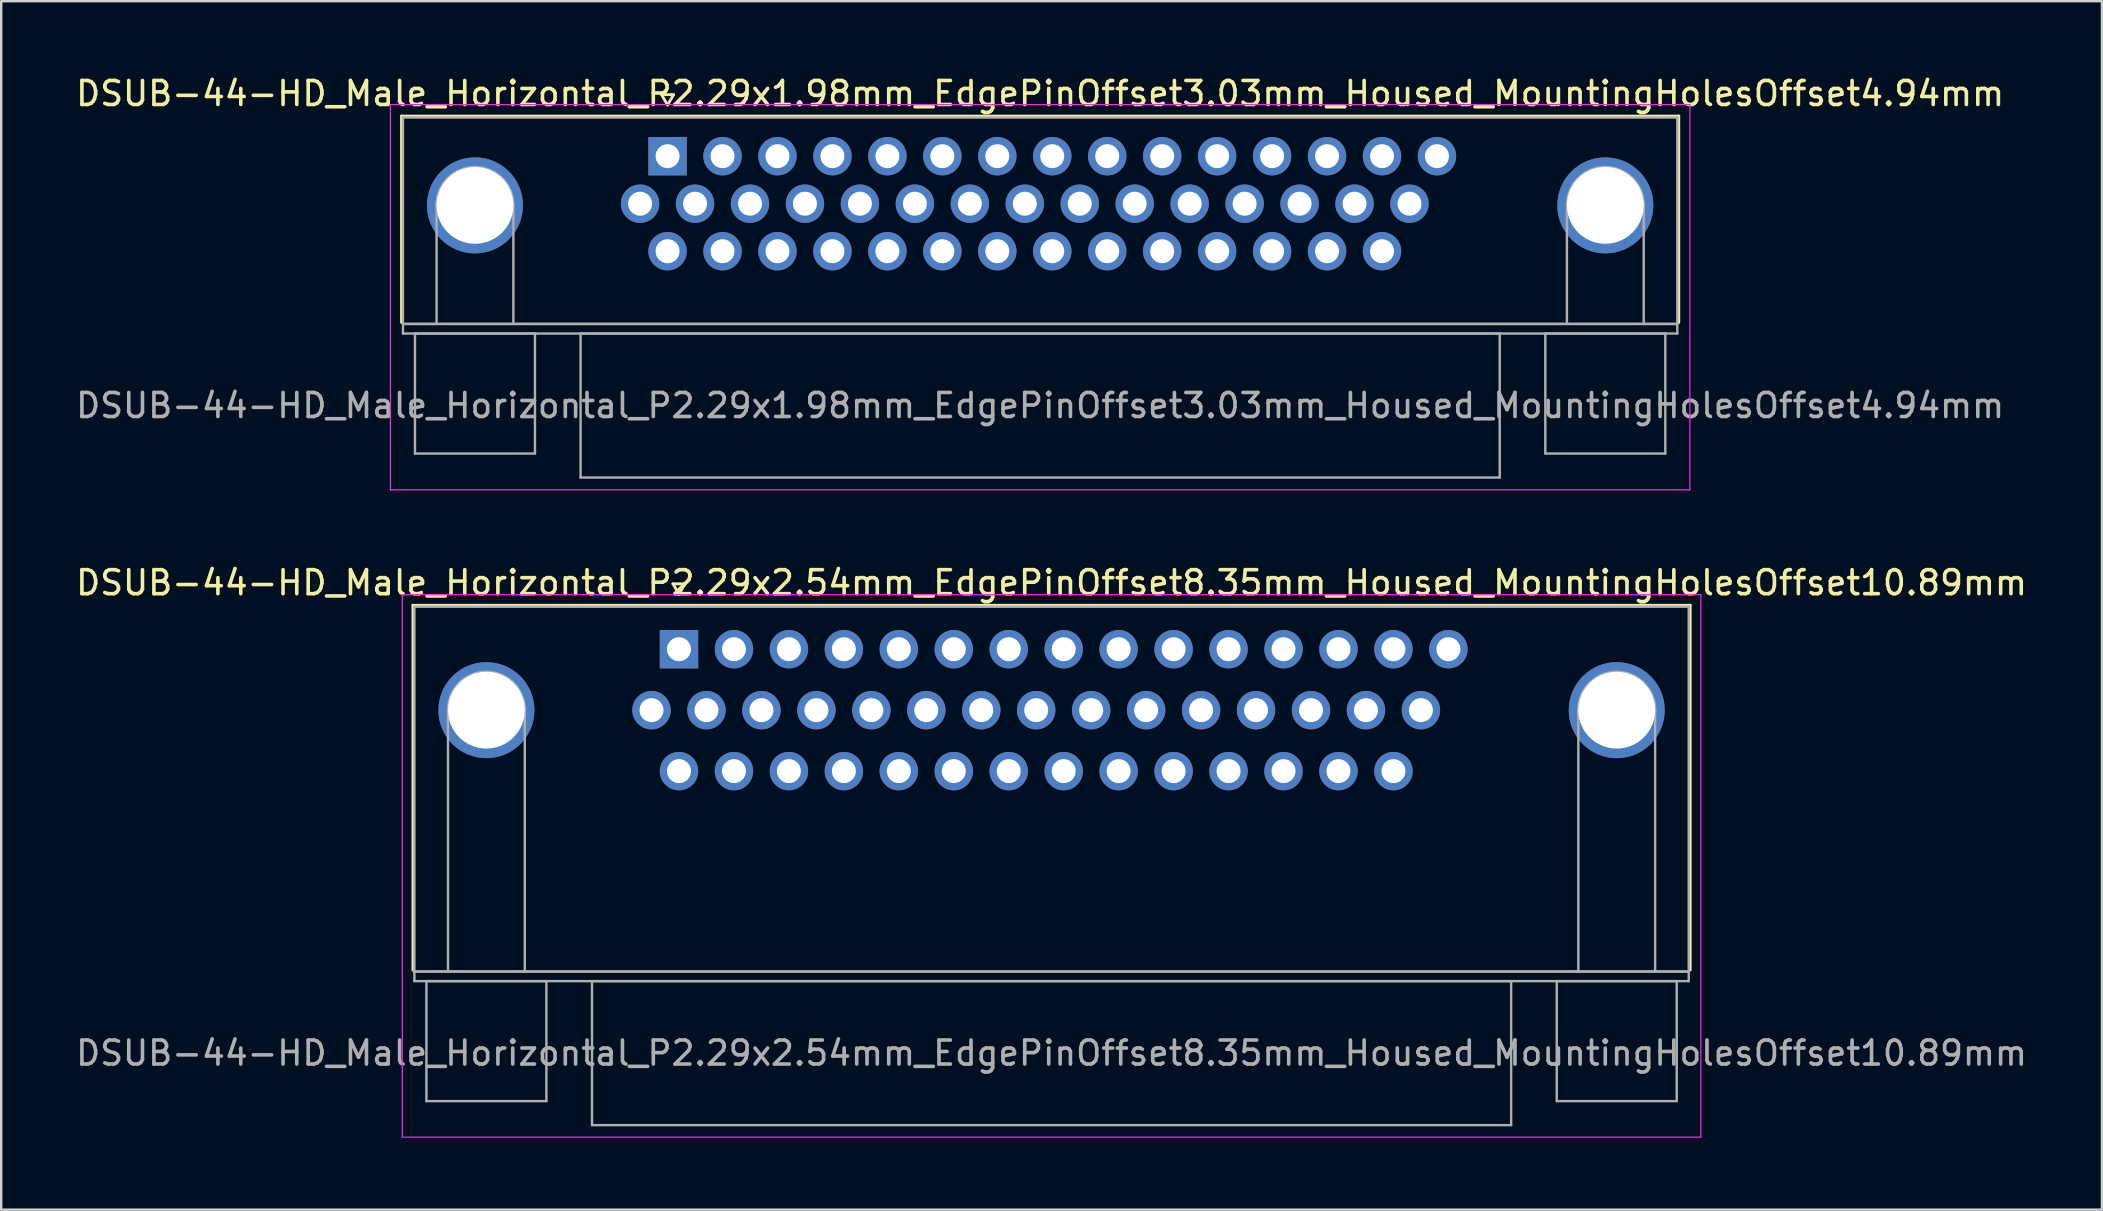
<source format=kicad_pcb>
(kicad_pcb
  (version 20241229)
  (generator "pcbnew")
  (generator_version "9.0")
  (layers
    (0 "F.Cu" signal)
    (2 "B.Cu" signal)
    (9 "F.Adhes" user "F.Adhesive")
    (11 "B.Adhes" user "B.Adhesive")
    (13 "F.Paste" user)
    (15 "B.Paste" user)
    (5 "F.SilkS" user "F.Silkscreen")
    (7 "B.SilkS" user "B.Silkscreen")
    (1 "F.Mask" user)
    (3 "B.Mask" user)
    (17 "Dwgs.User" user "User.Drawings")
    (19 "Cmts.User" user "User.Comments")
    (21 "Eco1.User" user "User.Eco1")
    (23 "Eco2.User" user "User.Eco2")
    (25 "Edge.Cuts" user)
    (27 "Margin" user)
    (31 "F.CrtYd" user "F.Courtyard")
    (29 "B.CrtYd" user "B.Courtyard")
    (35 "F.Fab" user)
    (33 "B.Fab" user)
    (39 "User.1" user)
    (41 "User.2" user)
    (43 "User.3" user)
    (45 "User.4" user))
  (footprint "DSUB-44-HD_Male_Horizontal_P2.29x1.98mm_EdgePinOffset3.03mm_Housed_MountingHolesOffset4.94mm"
    (layer "F.Cu")
    (at 24.767 3.458)
    (property "Reference" "DSUB-44-HD_Male_Horizontal_P2.29x1.98mm_EdgePinOffset3.03mm_Housed_MountingHolesOffset4.94mm" (at 15.525 -2.61 0) (layer "F.SilkS") (effects (font (size 1 1) (thickness 0.15))))
    (attr through_hole)
    (fp_line (start -11.085 -1.67) (end 42.135 -1.67) (stroke (width 0.12) (type solid)) (layer "F.SilkS"))
    (fp_line (start -11.085 6.93) (end -11.085 -1.67) (stroke (width 0.12) (type solid)) (layer "F.SilkS"))
    (fp_line (start -0.25 -2.564) (end 0.25 -2.564) (stroke (width 0.12) (type solid)) (layer "F.SilkS"))
    (fp_line (start 0 -2.131) (end -0.25 -2.564) (stroke (width 0.12) (type solid)) (layer "F.SilkS"))
    (fp_line (start 0.25 -2.564) (end 0 -2.131) (stroke (width 0.12) (type solid)) (layer "F.SilkS"))
    (fp_line (start 42.135 -1.67) (end 42.135 6.93) (stroke (width 0.12) (type solid)) (layer "F.SilkS"))
    (fp_line (start -11.55 -2.15) (end -11.55 13.9) (stroke (width 0.05) (type solid)) (layer "F.CrtYd"))
    (fp_line (start -11.55 13.9) (end 42.6 13.9) (stroke (width 0.05) (type solid)) (layer "F.CrtYd"))
    (fp_line (start 42.6 -2.15) (end -11.55 -2.15) (stroke (width 0.05) (type solid)) (layer "F.CrtYd"))
    (fp_line (start 42.6 13.9) (end 42.6 -2.15) (stroke (width 0.05) (type solid)) (layer "F.CrtYd"))
    (fp_line (start -11.025 -1.61) (end -11.025 6.99) (stroke (width 0.1) (type solid)) (layer "F.Fab"))
    (fp_line (start -11.025 6.99) (end -11.025 7.39) (stroke (width 0.1) (type solid)) (layer "F.Fab"))
    (fp_line (start -11.025 6.99) (end 42.075 6.99) (stroke (width 0.1) (type solid)) (layer "F.Fab"))
    (fp_line (start -11.025 7.39) (end 42.075 7.39) (stroke (width 0.1) (type solid)) (layer "F.Fab"))
    (fp_line (start -10.525 7.39) (end -10.525 12.39) (stroke (width 0.1) (type solid)) (layer "F.Fab"))
    (fp_line (start -10.525 12.39) (end -5.525 12.39) (stroke (width 0.1) (type solid)) (layer "F.Fab"))
    (fp_line (start -9.625 6.99) (end -9.625 2.05) (stroke (width 0.1) (type solid)) (layer "F.Fab"))
    (fp_line (start -6.425 6.99) (end -6.425 2.05) (stroke (width 0.1) (type solid)) (layer "F.Fab"))
    (fp_line (start -5.525 7.39) (end -10.525 7.39) (stroke (width 0.1) (type solid)) (layer "F.Fab"))
    (fp_line (start -5.525 12.39) (end -5.525 7.39) (stroke (width 0.1) (type solid)) (layer "F.Fab"))
    (fp_line (start -3.625 7.39) (end -3.625 13.39) (stroke (width 0.1) (type solid)) (layer "F.Fab"))
    (fp_line (start -3.625 13.39) (end 34.675 13.39) (stroke (width 0.1) (type solid)) (layer "F.Fab"))
    (fp_line (start 34.675 7.39) (end -3.625 7.39) (stroke (width 0.1) (type solid)) (layer "F.Fab"))
    (fp_line (start 34.675 13.39) (end 34.675 7.39) (stroke (width 0.1) (type solid)) (layer "F.Fab"))
    (fp_line (start 36.575 7.39) (end 36.575 12.39) (stroke (width 0.1) (type solid)) (layer "F.Fab"))
    (fp_line (start 36.575 12.39) (end 41.575 12.39) (stroke (width 0.1) (type solid)) (layer "F.Fab"))
    (fp_line (start 37.475 6.99) (end 37.475 2.05) (stroke (width 0.1) (type solid)) (layer "F.Fab"))
    (fp_line (start 40.675 6.99) (end 40.675 2.05) (stroke (width 0.1) (type solid)) (layer "F.Fab"))
    (fp_line (start 41.575 7.39) (end 36.575 7.39) (stroke (width 0.1) (type solid)) (layer "F.Fab"))
    (fp_line (start 41.575 12.39) (end 41.575 7.39) (stroke (width 0.1) (type solid)) (layer "F.Fab"))
    (fp_line (start 42.075 -1.61) (end -11.025 -1.61) (stroke (width 0.1) (type solid)) (layer "F.Fab"))
    (fp_line (start 42.075 6.99) (end -11.025 6.99) (stroke (width 0.1) (type solid)) (layer "F.Fab"))
    (fp_line (start 42.075 6.99) (end 42.075 -1.61) (stroke (width 0.1) (type solid)) (layer "F.Fab"))
    (fp_line (start 42.075 7.39) (end 42.075 6.99) (stroke (width 0.1) (type solid)) (layer "F.Fab"))
    (fp_arc (start -9.625 2.05) (mid -8.025 0.45) (end -6.425 2.05) (stroke (width 0.1) (type solid)) (layer "F.Fab"))
    (fp_arc (start 37.475 2.05) (mid 39.075 0.45) (end 40.675 2.05) (stroke (width 0.1) (type solid)) (layer "F.Fab"))
    (fp_text user "${REFERENCE}" (at 15.525 10.39 0) (layer "F.Fab") (effects (font (size 1 1) (thickness 0.15))))
    (pad "0" thru_hole circle (at -8.025 2.05) (size 4 4) (drill 3.2) (layers "*.Cu" "*.Mask"))
    (pad "0" thru_hole circle (at 39.075 2.05) (size 4 4) (drill 3.2) (layers "*.Cu" "*.Mask"))
    (pad "1" thru_hole rect (at 0 0) (size 1.6 1.6) (drill 1) (layers "*.Cu" "*.Mask"))
    (pad "2" thru_hole circle (at 2.29 0) (size 1.6 1.6) (drill 1) (layers "*.Cu" "*.Mask"))
    (pad "3" thru_hole circle (at 4.58 0) (size 1.6 1.6) (drill 1) (layers "*.Cu" "*.Mask"))
    (pad "4" thru_hole circle (at 6.87 0) (size 1.6 1.6) (drill 1) (layers "*.Cu" "*.Mask"))
    (pad "5" thru_hole circle (at 9.16 0) (size 1.6 1.6) (drill 1) (layers "*.Cu" "*.Mask"))
    (pad "6" thru_hole circle (at 11.45 0) (size 1.6 1.6) (drill 1) (layers "*.Cu" "*.Mask"))
    (pad "7" thru_hole circle (at 13.74 0) (size 1.6 1.6) (drill 1) (layers "*.Cu" "*.Mask"))
    (pad "8" thru_hole circle (at 16.03 0) (size 1.6 1.6) (drill 1) (layers "*.Cu" "*.Mask"))
    (pad "9" thru_hole circle (at 18.32 0) (size 1.6 1.6) (drill 1) (layers "*.Cu" "*.Mask"))
    (pad "10" thru_hole circle (at 20.61 0) (size 1.6 1.6) (drill 1) (layers "*.Cu" "*.Mask"))
    (pad "11" thru_hole circle (at 22.9 0) (size 1.6 1.6) (drill 1) (layers "*.Cu" "*.Mask"))
    (pad "12" thru_hole circle (at 25.19 0) (size 1.6 1.6) (drill 1) (layers "*.Cu" "*.Mask"))
    (pad "13" thru_hole circle (at 27.48 0) (size 1.6 1.6) (drill 1) (layers "*.Cu" "*.Mask"))
    (pad "14" thru_hole circle (at 29.77 0) (size 1.6 1.6) (drill 1) (layers "*.Cu" "*.Mask"))
    (pad "15" thru_hole circle (at 32.06 0) (size 1.6 1.6) (drill 1) (layers "*.Cu" "*.Mask"))
    (pad "16" thru_hole circle (at -1.145 1.98) (size 1.6 1.6) (drill 1) (layers "*.Cu" "*.Mask"))
    (pad "17" thru_hole circle (at 1.145 1.98) (size 1.6 1.6) (drill 1) (layers "*.Cu" "*.Mask"))
    (pad "18" thru_hole circle (at 3.435 1.98) (size 1.6 1.6) (drill 1) (layers "*.Cu" "*.Mask"))
    (pad "19" thru_hole circle (at 5.725 1.98) (size 1.6 1.6) (drill 1) (layers "*.Cu" "*.Mask"))
    (pad "20" thru_hole circle (at 8.015 1.98) (size 1.6 1.6) (drill 1) (layers "*.Cu" "*.Mask"))
    (pad "21" thru_hole circle (at 10.305 1.98) (size 1.6 1.6) (drill 1) (layers "*.Cu" "*.Mask"))
    (pad "22" thru_hole circle (at 12.595 1.98) (size 1.6 1.6) (drill 1) (layers "*.Cu" "*.Mask"))
    (pad "23" thru_hole circle (at 14.885 1.98) (size 1.6 1.6) (drill 1) (layers "*.Cu" "*.Mask"))
    (pad "24" thru_hole circle (at 17.175 1.98) (size 1.6 1.6) (drill 1) (layers "*.Cu" "*.Mask"))
    (pad "25" thru_hole circle (at 19.465 1.98) (size 1.6 1.6) (drill 1) (layers "*.Cu" "*.Mask"))
    (pad "26" thru_hole circle (at 21.755 1.98) (size 1.6 1.6) (drill 1) (layers "*.Cu" "*.Mask"))
    (pad "27" thru_hole circle (at 24.045 1.98) (size 1.6 1.6) (drill 1) (layers "*.Cu" "*.Mask"))
    (pad "28" thru_hole circle (at 26.335 1.98) (size 1.6 1.6) (drill 1) (layers "*.Cu" "*.Mask"))
    (pad "29" thru_hole circle (at 28.625 1.98) (size 1.6 1.6) (drill 1) (layers "*.Cu" "*.Mask"))
    (pad "30" thru_hole circle (at 30.915 1.98) (size 1.6 1.6) (drill 1) (layers "*.Cu" "*.Mask"))
    (pad "31" thru_hole circle (at 0 3.96) (size 1.6 1.6) (drill 1) (layers "*.Cu" "*.Mask"))
    (pad "32" thru_hole circle (at 2.29 3.96) (size 1.6 1.6) (drill 1) (layers "*.Cu" "*.Mask"))
    (pad "33" thru_hole circle (at 4.58 3.96) (size 1.6 1.6) (drill 1) (layers "*.Cu" "*.Mask"))
    (pad "34" thru_hole circle (at 6.87 3.96) (size 1.6 1.6) (drill 1) (layers "*.Cu" "*.Mask"))
    (pad "35" thru_hole circle (at 9.16 3.96) (size 1.6 1.6) (drill 1) (layers "*.Cu" "*.Mask"))
    (pad "36" thru_hole circle (at 11.45 3.96) (size 1.6 1.6) (drill 1) (layers "*.Cu" "*.Mask"))
    (pad "37" thru_hole circle (at 13.74 3.96) (size 1.6 1.6) (drill 1) (layers "*.Cu" "*.Mask"))
    (pad "38" thru_hole circle (at 16.03 3.96) (size 1.6 1.6) (drill 1) (layers "*.Cu" "*.Mask"))
    (pad "39" thru_hole circle (at 18.32 3.96) (size 1.6 1.6) (drill 1) (layers "*.Cu" "*.Mask"))
    (pad "40" thru_hole circle (at 20.61 3.96) (size 1.6 1.6) (drill 1) (layers "*.Cu" "*.Mask"))
    (pad "41" thru_hole circle (at 22.9 3.96) (size 1.6 1.6) (drill 1) (layers "*.Cu" "*.Mask"))
    (pad "42" thru_hole circle (at 25.19 3.96) (size 1.6 1.6) (drill 1) (layers "*.Cu" "*.Mask"))
    (pad "43" thru_hole circle (at 27.48 3.96) (size 1.6 1.6) (drill 1) (layers "*.Cu" "*.Mask"))
    (pad "44" thru_hole circle (at 29.77 3.96) (size 1.6 1.6) (drill 1) (layers "*.Cu" "*.Mask")))
  (footprint "DSUB-44-HD_Male_Horizontal_P2.29x2.54mm_EdgePinOffset8.35mm_Housed_MountingHolesOffset10.89mm"
    (layer "F.Cu")
    (at 25.243 24.002)
    (property "Reference" "DSUB-44-HD_Male_Horizontal_P2.29x2.54mm_EdgePinOffset8.35mm_Housed_MountingHolesOffset10.89mm" (at 15.525 -2.77 0) (layer "F.SilkS") (effects (font (size 1 1) (thickness 0.15))))
    (attr through_hole)
    (fp_line (start -11.085 -1.83) (end 42.135 -1.83) (stroke (width 0.12) (type solid)) (layer "F.SilkS"))
    (fp_line (start -11.085 13.37) (end -11.085 -1.83) (stroke (width 0.12) (type solid)) (layer "F.SilkS"))
    (fp_line (start -0.25 -2.724) (end 0.25 -2.724) (stroke (width 0.12) (type solid)) (layer "F.SilkS"))
    (fp_line (start 0 -2.291) (end -0.25 -2.724) (stroke (width 0.12) (type solid)) (layer "F.SilkS"))
    (fp_line (start 0.25 -2.724) (end 0 -2.291) (stroke (width 0.12) (type solid)) (layer "F.SilkS"))
    (fp_line (start 42.135 -1.83) (end 42.135 13.37) (stroke (width 0.12) (type solid)) (layer "F.SilkS"))
    (fp_line (start -11.53 -2.27) (end -11.53 20.33) (stroke (width 0.05) (type solid)) (layer "F.CrtYd"))
    (fp_line (start -11.53 20.33) (end 42.58 20.33) (stroke (width 0.05) (type solid)) (layer "F.CrtYd"))
    (fp_line (start 42.58 -2.27) (end -11.53 -2.27) (stroke (width 0.05) (type solid)) (layer "F.CrtYd"))
    (fp_line (start 42.58 20.33) (end 42.58 -2.27) (stroke (width 0.05) (type solid)) (layer "F.CrtYd"))
    (fp_line (start -11.025 -1.77) (end -11.025 13.43) (stroke (width 0.1) (type solid)) (layer "F.Fab"))
    (fp_line (start -11.025 13.43) (end -11.025 13.83) (stroke (width 0.1) (type solid)) (layer "F.Fab"))
    (fp_line (start -11.025 13.43) (end 42.075 13.43) (stroke (width 0.1) (type solid)) (layer "F.Fab"))
    (fp_line (start -11.025 13.83) (end 42.075 13.83) (stroke (width 0.1) (type solid)) (layer "F.Fab"))
    (fp_line (start -10.525 13.83) (end -10.525 18.83) (stroke (width 0.1) (type solid)) (layer "F.Fab"))
    (fp_line (start -10.525 18.83) (end -5.525 18.83) (stroke (width 0.1) (type solid)) (layer "F.Fab"))
    (fp_line (start -9.625 13.43) (end -9.625 2.54) (stroke (width 0.1) (type solid)) (layer "F.Fab"))
    (fp_line (start -6.425 13.43) (end -6.425 2.54) (stroke (width 0.1) (type solid)) (layer "F.Fab"))
    (fp_line (start -5.525 13.83) (end -10.525 13.83) (stroke (width 0.1) (type solid)) (layer "F.Fab"))
    (fp_line (start -5.525 18.83) (end -5.525 13.83) (stroke (width 0.1) (type solid)) (layer "F.Fab"))
    (fp_line (start -3.625 13.83) (end -3.625 19.83) (stroke (width 0.1) (type solid)) (layer "F.Fab"))
    (fp_line (start -3.625 19.83) (end 34.675 19.83) (stroke (width 0.1) (type solid)) (layer "F.Fab"))
    (fp_line (start 34.675 13.83) (end -3.625 13.83) (stroke (width 0.1) (type solid)) (layer "F.Fab"))
    (fp_line (start 34.675 19.83) (end 34.675 13.83) (stroke (width 0.1) (type solid)) (layer "F.Fab"))
    (fp_line (start 36.575 13.83) (end 36.575 18.83) (stroke (width 0.1) (type solid)) (layer "F.Fab"))
    (fp_line (start 36.575 18.83) (end 41.575 18.83) (stroke (width 0.1) (type solid)) (layer "F.Fab"))
    (fp_line (start 37.475 13.43) (end 37.475 2.54) (stroke (width 0.1) (type solid)) (layer "F.Fab"))
    (fp_line (start 40.675 13.43) (end 40.675 2.54) (stroke (width 0.1) (type solid)) (layer "F.Fab"))
    (fp_line (start 41.575 13.83) (end 36.575 13.83) (stroke (width 0.1) (type solid)) (layer "F.Fab"))
    (fp_line (start 41.575 18.83) (end 41.575 13.83) (stroke (width 0.1) (type solid)) (layer "F.Fab"))
    (fp_line (start 42.075 -1.77) (end -11.025 -1.77) (stroke (width 0.1) (type solid)) (layer "F.Fab"))
    (fp_line (start 42.075 13.43) (end -11.025 13.43) (stroke (width 0.1) (type solid)) (layer "F.Fab"))
    (fp_line (start 42.075 13.43) (end 42.075 -1.77) (stroke (width 0.1) (type solid)) (layer "F.Fab"))
    (fp_line (start 42.075 13.83) (end 42.075 13.43) (stroke (width 0.1) (type solid)) (layer "F.Fab"))
    (fp_arc (start -9.625 2.54) (mid -8.025 0.94) (end -6.425 2.54) (stroke (width 0.1) (type solid)) (layer "F.Fab"))
    (fp_arc (start 37.475 2.54) (mid 39.075 0.94) (end 40.675 2.54) (stroke (width 0.1) (type solid)) (layer "F.Fab"))
    (fp_text user "${REFERENCE}" (at 15.525 16.83 0) (layer "F.Fab") (effects (font (size 1 1) (thickness 0.15))))
    (pad "0" thru_hole circle (at -8.025 2.54) (size 4 4) (drill 3.2) (layers "*.Cu" "*.Mask"))
    (pad "0" thru_hole circle (at 39.075 2.54) (size 4 4) (drill 3.2) (layers "*.Cu" "*.Mask"))
    (pad "1" thru_hole rect (at 0 0) (size 1.6 1.6) (drill 1) (layers "*.Cu" "*.Mask"))
    (pad "2" thru_hole circle (at 2.29 0) (size 1.6 1.6) (drill 1) (layers "*.Cu" "*.Mask"))
    (pad "3" thru_hole circle (at 4.58 0) (size 1.6 1.6) (drill 1) (layers "*.Cu" "*.Mask"))
    (pad "4" thru_hole circle (at 6.87 0) (size 1.6 1.6) (drill 1) (layers "*.Cu" "*.Mask"))
    (pad "5" thru_hole circle (at 9.16 0) (size 1.6 1.6) (drill 1) (layers "*.Cu" "*.Mask"))
    (pad "6" thru_hole circle (at 11.45 0) (size 1.6 1.6) (drill 1) (layers "*.Cu" "*.Mask"))
    (pad "7" thru_hole circle (at 13.74 0) (size 1.6 1.6) (drill 1) (layers "*.Cu" "*.Mask"))
    (pad "8" thru_hole circle (at 16.03 0) (size 1.6 1.6) (drill 1) (layers "*.Cu" "*.Mask"))
    (pad "9" thru_hole circle (at 18.32 0) (size 1.6 1.6) (drill 1) (layers "*.Cu" "*.Mask"))
    (pad "10" thru_hole circle (at 20.61 0) (size 1.6 1.6) (drill 1) (layers "*.Cu" "*.Mask"))
    (pad "11" thru_hole circle (at 22.9 0) (size 1.6 1.6) (drill 1) (layers "*.Cu" "*.Mask"))
    (pad "12" thru_hole circle (at 25.19 0) (size 1.6 1.6) (drill 1) (layers "*.Cu" "*.Mask"))
    (pad "13" thru_hole circle (at 27.48 0) (size 1.6 1.6) (drill 1) (layers "*.Cu" "*.Mask"))
    (pad "14" thru_hole circle (at 29.77 0) (size 1.6 1.6) (drill 1) (layers "*.Cu" "*.Mask"))
    (pad "15" thru_hole circle (at 32.06 0) (size 1.6 1.6) (drill 1) (layers "*.Cu" "*.Mask"))
    (pad "16" thru_hole circle (at -1.145 2.54) (size 1.6 1.6) (drill 1) (layers "*.Cu" "*.Mask"))
    (pad "17" thru_hole circle (at 1.145 2.54) (size 1.6 1.6) (drill 1) (layers "*.Cu" "*.Mask"))
    (pad "18" thru_hole circle (at 3.435 2.54) (size 1.6 1.6) (drill 1) (layers "*.Cu" "*.Mask"))
    (pad "19" thru_hole circle (at 5.725 2.54) (size 1.6 1.6) (drill 1) (layers "*.Cu" "*.Mask"))
    (pad "20" thru_hole circle (at 8.015 2.54) (size 1.6 1.6) (drill 1) (layers "*.Cu" "*.Mask"))
    (pad "21" thru_hole circle (at 10.305 2.54) (size 1.6 1.6) (drill 1) (layers "*.Cu" "*.Mask"))
    (pad "22" thru_hole circle (at 12.595 2.54) (size 1.6 1.6) (drill 1) (layers "*.Cu" "*.Mask"))
    (pad "23" thru_hole circle (at 14.885 2.54) (size 1.6 1.6) (drill 1) (layers "*.Cu" "*.Mask"))
    (pad "24" thru_hole circle (at 17.175 2.54) (size 1.6 1.6) (drill 1) (layers "*.Cu" "*.Mask"))
    (pad "25" thru_hole circle (at 19.465 2.54) (size 1.6 1.6) (drill 1) (layers "*.Cu" "*.Mask"))
    (pad "26" thru_hole circle (at 21.755 2.54) (size 1.6 1.6) (drill 1) (layers "*.Cu" "*.Mask"))
    (pad "27" thru_hole circle (at 24.045 2.54) (size 1.6 1.6) (drill 1) (layers "*.Cu" "*.Mask"))
    (pad "28" thru_hole circle (at 26.335 2.54) (size 1.6 1.6) (drill 1) (layers "*.Cu" "*.Mask"))
    (pad "29" thru_hole circle (at 28.625 2.54) (size 1.6 1.6) (drill 1) (layers "*.Cu" "*.Mask"))
    (pad "30" thru_hole circle (at 30.915 2.54) (size 1.6 1.6) (drill 1) (layers "*.Cu" "*.Mask"))
    (pad "31" thru_hole circle (at 0 5.08) (size 1.6 1.6) (drill 1) (layers "*.Cu" "*.Mask"))
    (pad "32" thru_hole circle (at 2.29 5.08) (size 1.6 1.6) (drill 1) (layers "*.Cu" "*.Mask"))
    (pad "33" thru_hole circle (at 4.58 5.08) (size 1.6 1.6) (drill 1) (layers "*.Cu" "*.Mask"))
    (pad "34" thru_hole circle (at 6.87 5.08) (size 1.6 1.6) (drill 1) (layers "*.Cu" "*.Mask"))
    (pad "35" thru_hole circle (at 9.16 5.08) (size 1.6 1.6) (drill 1) (layers "*.Cu" "*.Mask"))
    (pad "36" thru_hole circle (at 11.45 5.08) (size 1.6 1.6) (drill 1) (layers "*.Cu" "*.Mask"))
    (pad "37" thru_hole circle (at 13.74 5.08) (size 1.6 1.6) (drill 1) (layers "*.Cu" "*.Mask"))
    (pad "38" thru_hole circle (at 16.03 5.08) (size 1.6 1.6) (drill 1) (layers "*.Cu" "*.Mask"))
    (pad "39" thru_hole circle (at 18.32 5.08) (size 1.6 1.6) (drill 1) (layers "*.Cu" "*.Mask"))
    (pad "40" thru_hole circle (at 20.61 5.08) (size 1.6 1.6) (drill 1) (layers "*.Cu" "*.Mask"))
    (pad "41" thru_hole circle (at 22.9 5.08) (size 1.6 1.6) (drill 1) (layers "*.Cu" "*.Mask"))
    (pad "42" thru_hole circle (at 25.19 5.08) (size 1.6 1.6) (drill 1) (layers "*.Cu" "*.Mask"))
    (pad "43" thru_hole circle (at 27.48 5.08) (size 1.6 1.6) (drill 1) (layers "*.Cu" "*.Mask"))
    (pad "44" thru_hole circle (at 29.77 5.08) (size 1.6 1.6) (drill 1) (layers "*.Cu" "*.Mask")))
  (gr_rect
    (start -3 -3)
    (end 84.536 47.356)
    (stroke (width 0.1) (type default))
    (fill no)
    (layer "Edge.Cuts")))
</source>
